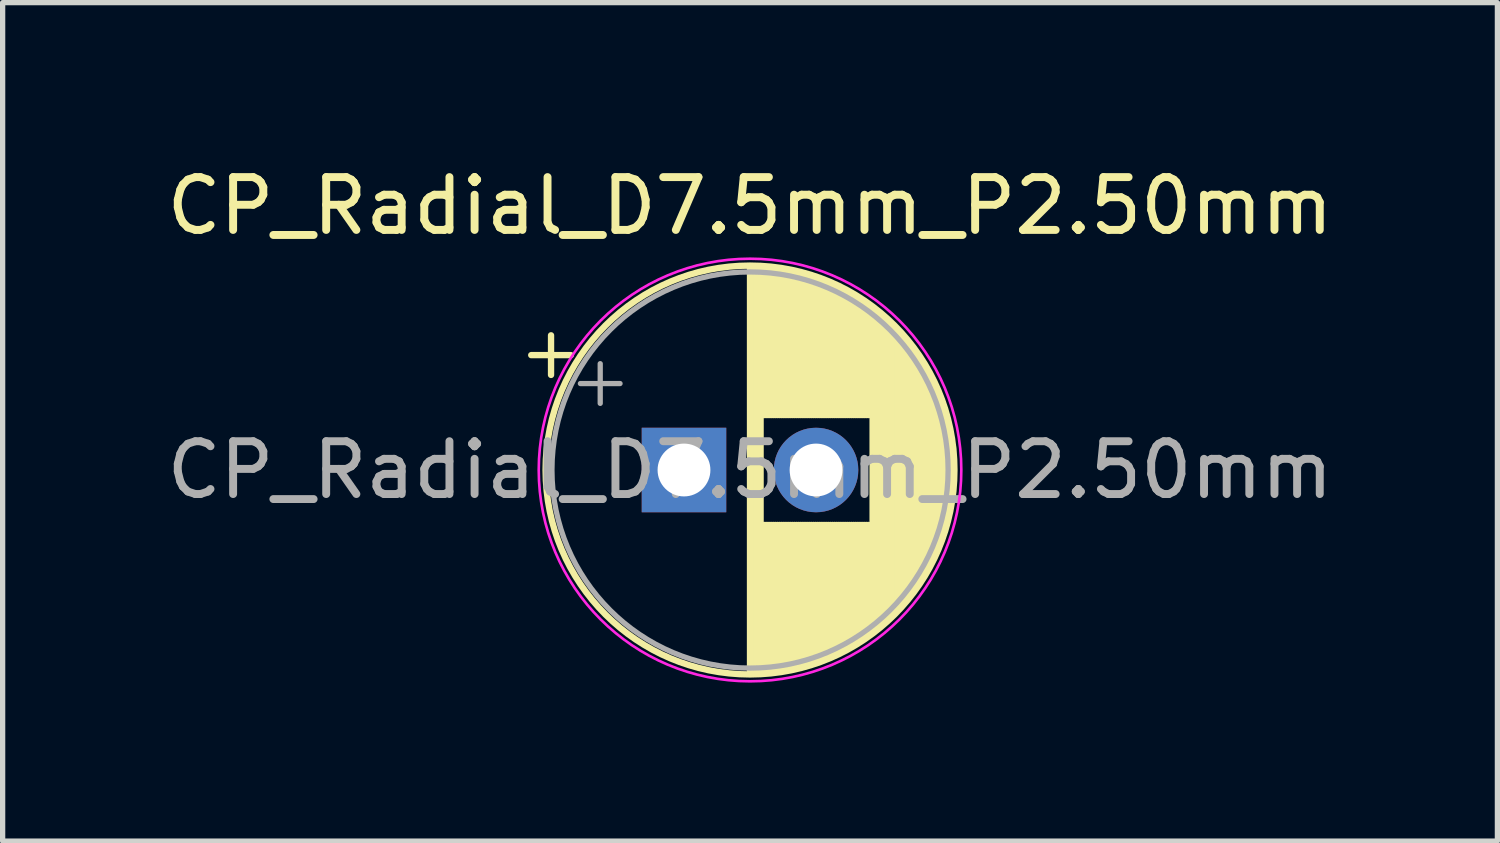
<source format=kicad_pcb>
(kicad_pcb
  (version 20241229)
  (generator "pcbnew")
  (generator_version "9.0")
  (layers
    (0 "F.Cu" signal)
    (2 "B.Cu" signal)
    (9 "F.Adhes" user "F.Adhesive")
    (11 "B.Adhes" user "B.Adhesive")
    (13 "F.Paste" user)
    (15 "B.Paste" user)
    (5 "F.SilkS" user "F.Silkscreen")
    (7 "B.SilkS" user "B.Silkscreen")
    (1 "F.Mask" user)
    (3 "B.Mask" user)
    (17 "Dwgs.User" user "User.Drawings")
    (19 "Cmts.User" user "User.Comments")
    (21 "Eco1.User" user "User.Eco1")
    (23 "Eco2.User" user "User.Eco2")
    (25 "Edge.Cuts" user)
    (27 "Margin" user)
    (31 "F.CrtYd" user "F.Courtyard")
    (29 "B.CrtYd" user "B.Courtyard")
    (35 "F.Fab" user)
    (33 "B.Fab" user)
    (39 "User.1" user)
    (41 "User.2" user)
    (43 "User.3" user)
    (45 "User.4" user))
  (footprint "CP_Radial_D7.5mm_P2.50mm"
    (layer "F.Cu")
    (at 9.899 5.848)
    (property "Reference" "CP_Radial_D7.5mm_P2.50mm" (at 1.25 -5 0) (layer "F.SilkS") (effects (font (size 1 1) (thickness 0.15))))
    (attr through_hole)
    (fp_line (start -2.892 -2.175) (end -2.142 -2.175) (stroke (width 0.12) (type solid)) (layer "F.SilkS"))
    (fp_line (start -2.517 -2.55) (end -2.517 -1.8) (stroke (width 0.12) (type solid)) (layer "F.SilkS"))
    (fp_line (start 1.25 -3.83) (end 1.25 3.83) (stroke (width 0.12) (type solid)) (layer "F.SilkS"))
    (fp_line (start 1.29 -3.83) (end 1.29 3.83) (stroke (width 0.12) (type solid)) (layer "F.SilkS"))
    (fp_line (start 1.33 -3.83) (end 1.33 3.83) (stroke (width 0.12) (type solid)) (layer "F.SilkS"))
    (fp_line (start 1.37 -3.829) (end 1.37 3.829) (stroke (width 0.12) (type solid)) (layer "F.SilkS"))
    (fp_line (start 1.41 -3.827) (end 1.41 3.827) (stroke (width 0.12) (type solid)) (layer "F.SilkS"))
    (fp_line (start 1.45 -3.825) (end 1.45 3.825) (stroke (width 0.12) (type solid)) (layer "F.SilkS"))
    (fp_line (start 1.49 -3.823) (end 1.49 -1.04) (stroke (width 0.12) (type solid)) (layer "F.SilkS"))
    (fp_line (start 1.49 1.04) (end 1.49 3.823) (stroke (width 0.12) (type solid)) (layer "F.SilkS"))
    (fp_line (start 1.53 -3.82) (end 1.53 -1.04) (stroke (width 0.12) (type solid)) (layer "F.SilkS"))
    (fp_line (start 1.53 1.04) (end 1.53 3.82) (stroke (width 0.12) (type solid)) (layer "F.SilkS"))
    (fp_line (start 1.57 -3.817) (end 1.57 -1.04) (stroke (width 0.12) (type solid)) (layer "F.SilkS"))
    (fp_line (start 1.57 1.04) (end 1.57 3.817) (stroke (width 0.12) (type solid)) (layer "F.SilkS"))
    (fp_line (start 1.61 -3.814) (end 1.61 -1.04) (stroke (width 0.12) (type solid)) (layer "F.SilkS"))
    (fp_line (start 1.61 1.04) (end 1.61 3.814) (stroke (width 0.12) (type solid)) (layer "F.SilkS"))
    (fp_line (start 1.65 -3.81) (end 1.65 -1.04) (stroke (width 0.12) (type solid)) (layer "F.SilkS"))
    (fp_line (start 1.65 1.04) (end 1.65 3.81) (stroke (width 0.12) (type solid)) (layer "F.SilkS"))
    (fp_line (start 1.69 -3.805) (end 1.69 -1.04) (stroke (width 0.12) (type solid)) (layer "F.SilkS"))
    (fp_line (start 1.69 1.04) (end 1.69 3.805) (stroke (width 0.12) (type solid)) (layer "F.SilkS"))
    (fp_line (start 1.73 -3.801) (end 1.73 -1.04) (stroke (width 0.12) (type solid)) (layer "F.SilkS"))
    (fp_line (start 1.73 1.04) (end 1.73 3.801) (stroke (width 0.12) (type solid)) (layer "F.SilkS"))
    (fp_line (start 1.77 -3.795) (end 1.77 -1.04) (stroke (width 0.12) (type solid)) (layer "F.SilkS"))
    (fp_line (start 1.77 1.04) (end 1.77 3.795) (stroke (width 0.12) (type solid)) (layer "F.SilkS"))
    (fp_line (start 1.81 -3.79) (end 1.81 -1.04) (stroke (width 0.12) (type solid)) (layer "F.SilkS"))
    (fp_line (start 1.81 1.04) (end 1.81 3.79) (stroke (width 0.12) (type solid)) (layer "F.SilkS"))
    (fp_line (start 1.85 -3.784) (end 1.85 -1.04) (stroke (width 0.12) (type solid)) (layer "F.SilkS"))
    (fp_line (start 1.85 1.04) (end 1.85 3.784) (stroke (width 0.12) (type solid)) (layer "F.SilkS"))
    (fp_line (start 1.89 -3.777) (end 1.89 -1.04) (stroke (width 0.12) (type solid)) (layer "F.SilkS"))
    (fp_line (start 1.89 1.04) (end 1.89 3.777) (stroke (width 0.12) (type solid)) (layer "F.SilkS"))
    (fp_line (start 1.93 -3.77) (end 1.93 -1.04) (stroke (width 0.12) (type solid)) (layer "F.SilkS"))
    (fp_line (start 1.93 1.04) (end 1.93 3.77) (stroke (width 0.12) (type solid)) (layer "F.SilkS"))
    (fp_line (start 1.971 -3.763) (end 1.971 -1.04) (stroke (width 0.12) (type solid)) (layer "F.SilkS"))
    (fp_line (start 1.971 1.04) (end 1.971 3.763) (stroke (width 0.12) (type solid)) (layer "F.SilkS"))
    (fp_line (start 2.011 -3.755) (end 2.011 -1.04) (stroke (width 0.12) (type solid)) (layer "F.SilkS"))
    (fp_line (start 2.011 1.04) (end 2.011 3.755) (stroke (width 0.12) (type solid)) (layer "F.SilkS"))
    (fp_line (start 2.051 -3.747) (end 2.051 -1.04) (stroke (width 0.12) (type solid)) (layer "F.SilkS"))
    (fp_line (start 2.051 1.04) (end 2.051 3.747) (stroke (width 0.12) (type solid)) (layer "F.SilkS"))
    (fp_line (start 2.091 -3.738) (end 2.091 -1.04) (stroke (width 0.12) (type solid)) (layer "F.SilkS"))
    (fp_line (start 2.091 1.04) (end 2.091 3.738) (stroke (width 0.12) (type solid)) (layer "F.SilkS"))
    (fp_line (start 2.131 -3.729) (end 2.131 -1.04) (stroke (width 0.12) (type solid)) (layer "F.SilkS"))
    (fp_line (start 2.131 1.04) (end 2.131 3.729) (stroke (width 0.12) (type solid)) (layer "F.SilkS"))
    (fp_line (start 2.171 -3.72) (end 2.171 -1.04) (stroke (width 0.12) (type solid)) (layer "F.SilkS"))
    (fp_line (start 2.171 1.04) (end 2.171 3.72) (stroke (width 0.12) (type solid)) (layer "F.SilkS"))
    (fp_line (start 2.211 -3.71) (end 2.211 -1.04) (stroke (width 0.12) (type solid)) (layer "F.SilkS"))
    (fp_line (start 2.211 1.04) (end 2.211 3.71) (stroke (width 0.12) (type solid)) (layer "F.SilkS"))
    (fp_line (start 2.251 -3.699) (end 2.251 -1.04) (stroke (width 0.12) (type solid)) (layer "F.SilkS"))
    (fp_line (start 2.251 1.04) (end 2.251 3.699) (stroke (width 0.12) (type solid)) (layer "F.SilkS"))
    (fp_line (start 2.291 -3.688) (end 2.291 -1.04) (stroke (width 0.12) (type solid)) (layer "F.SilkS"))
    (fp_line (start 2.291 1.04) (end 2.291 3.688) (stroke (width 0.12) (type solid)) (layer "F.SilkS"))
    (fp_line (start 2.331 -3.677) (end 2.331 -1.04) (stroke (width 0.12) (type solid)) (layer "F.SilkS"))
    (fp_line (start 2.331 1.04) (end 2.331 3.677) (stroke (width 0.12) (type solid)) (layer "F.SilkS"))
    (fp_line (start 2.371 -3.665) (end 2.371 -1.04) (stroke (width 0.12) (type solid)) (layer "F.SilkS"))
    (fp_line (start 2.371 1.04) (end 2.371 3.665) (stroke (width 0.12) (type solid)) (layer "F.SilkS"))
    (fp_line (start 2.411 -3.653) (end 2.411 -1.04) (stroke (width 0.12) (type solid)) (layer "F.SilkS"))
    (fp_line (start 2.411 1.04) (end 2.411 3.653) (stroke (width 0.12) (type solid)) (layer "F.SilkS"))
    (fp_line (start 2.451 -3.64) (end 2.451 -1.04) (stroke (width 0.12) (type solid)) (layer "F.SilkS"))
    (fp_line (start 2.451 1.04) (end 2.451 3.64) (stroke (width 0.12) (type solid)) (layer "F.SilkS"))
    (fp_line (start 2.491 -3.626) (end 2.491 -1.04) (stroke (width 0.12) (type solid)) (layer "F.SilkS"))
    (fp_line (start 2.491 1.04) (end 2.491 3.626) (stroke (width 0.12) (type solid)) (layer "F.SilkS"))
    (fp_line (start 2.531 -3.613) (end 2.531 -1.04) (stroke (width 0.12) (type solid)) (layer "F.SilkS"))
    (fp_line (start 2.531 1.04) (end 2.531 3.613) (stroke (width 0.12) (type solid)) (layer "F.SilkS"))
    (fp_line (start 2.571 -3.598) (end 2.571 -1.04) (stroke (width 0.12) (type solid)) (layer "F.SilkS"))
    (fp_line (start 2.571 1.04) (end 2.571 3.598) (stroke (width 0.12) (type solid)) (layer "F.SilkS"))
    (fp_line (start 2.611 -3.584) (end 2.611 -1.04) (stroke (width 0.12) (type solid)) (layer "F.SilkS"))
    (fp_line (start 2.611 1.04) (end 2.611 3.584) (stroke (width 0.12) (type solid)) (layer "F.SilkS"))
    (fp_line (start 2.651 -3.568) (end 2.651 -1.04) (stroke (width 0.12) (type solid)) (layer "F.SilkS"))
    (fp_line (start 2.651 1.04) (end 2.651 3.568) (stroke (width 0.12) (type solid)) (layer "F.SilkS"))
    (fp_line (start 2.691 -3.553) (end 2.691 -1.04) (stroke (width 0.12) (type solid)) (layer "F.SilkS"))
    (fp_line (start 2.691 1.04) (end 2.691 3.553) (stroke (width 0.12) (type solid)) (layer "F.SilkS"))
    (fp_line (start 2.731 -3.536) (end 2.731 -1.04) (stroke (width 0.12) (type solid)) (layer "F.SilkS"))
    (fp_line (start 2.731 1.04) (end 2.731 3.536) (stroke (width 0.12) (type solid)) (layer "F.SilkS"))
    (fp_line (start 2.771 -3.52) (end 2.771 -1.04) (stroke (width 0.12) (type solid)) (layer "F.SilkS"))
    (fp_line (start 2.771 1.04) (end 2.771 3.52) (stroke (width 0.12) (type solid)) (layer "F.SilkS"))
    (fp_line (start 2.811 -3.502) (end 2.811 -1.04) (stroke (width 0.12) (type solid)) (layer "F.SilkS"))
    (fp_line (start 2.811 1.04) (end 2.811 3.502) (stroke (width 0.12) (type solid)) (layer "F.SilkS"))
    (fp_line (start 2.851 -3.484) (end 2.851 -1.04) (stroke (width 0.12) (type solid)) (layer "F.SilkS"))
    (fp_line (start 2.851 1.04) (end 2.851 3.484) (stroke (width 0.12) (type solid)) (layer "F.SilkS"))
    (fp_line (start 2.891 -3.466) (end 2.891 -1.04) (stroke (width 0.12) (type solid)) (layer "F.SilkS"))
    (fp_line (start 2.891 1.04) (end 2.891 3.466) (stroke (width 0.12) (type solid)) (layer "F.SilkS"))
    (fp_line (start 2.931 -3.447) (end 2.931 -1.04) (stroke (width 0.12) (type solid)) (layer "F.SilkS"))
    (fp_line (start 2.931 1.04) (end 2.931 3.447) (stroke (width 0.12) (type solid)) (layer "F.SilkS"))
    (fp_line (start 2.971 -3.427) (end 2.971 -1.04) (stroke (width 0.12) (type solid)) (layer "F.SilkS"))
    (fp_line (start 2.971 1.04) (end 2.971 3.427) (stroke (width 0.12) (type solid)) (layer "F.SilkS"))
    (fp_line (start 3.011 -3.407) (end 3.011 -1.04) (stroke (width 0.12) (type solid)) (layer "F.SilkS"))
    (fp_line (start 3.011 1.04) (end 3.011 3.407) (stroke (width 0.12) (type solid)) (layer "F.SilkS"))
    (fp_line (start 3.051 -3.386) (end 3.051 -1.04) (stroke (width 0.12) (type solid)) (layer "F.SilkS"))
    (fp_line (start 3.051 1.04) (end 3.051 3.386) (stroke (width 0.12) (type solid)) (layer "F.SilkS"))
    (fp_line (start 3.091 -3.365) (end 3.091 -1.04) (stroke (width 0.12) (type solid)) (layer "F.SilkS"))
    (fp_line (start 3.091 1.04) (end 3.091 3.365) (stroke (width 0.12) (type solid)) (layer "F.SilkS"))
    (fp_line (start 3.131 -3.343) (end 3.131 -1.04) (stroke (width 0.12) (type solid)) (layer "F.SilkS"))
    (fp_line (start 3.131 1.04) (end 3.131 3.343) (stroke (width 0.12) (type solid)) (layer "F.SilkS"))
    (fp_line (start 3.171 -3.321) (end 3.171 -1.04) (stroke (width 0.12) (type solid)) (layer "F.SilkS"))
    (fp_line (start 3.171 1.04) (end 3.171 3.321) (stroke (width 0.12) (type solid)) (layer "F.SilkS"))
    (fp_line (start 3.211 -3.297) (end 3.211 -1.04) (stroke (width 0.12) (type solid)) (layer "F.SilkS"))
    (fp_line (start 3.211 1.04) (end 3.211 3.297) (stroke (width 0.12) (type solid)) (layer "F.SilkS"))
    (fp_line (start 3.251 -3.274) (end 3.251 -1.04) (stroke (width 0.12) (type solid)) (layer "F.SilkS"))
    (fp_line (start 3.251 1.04) (end 3.251 3.274) (stroke (width 0.12) (type solid)) (layer "F.SilkS"))
    (fp_line (start 3.291 -3.249) (end 3.291 -1.04) (stroke (width 0.12) (type solid)) (layer "F.SilkS"))
    (fp_line (start 3.291 1.04) (end 3.291 3.249) (stroke (width 0.12) (type solid)) (layer "F.SilkS"))
    (fp_line (start 3.331 -3.224) (end 3.331 -1.04) (stroke (width 0.12) (type solid)) (layer "F.SilkS"))
    (fp_line (start 3.331 1.04) (end 3.331 3.224) (stroke (width 0.12) (type solid)) (layer "F.SilkS"))
    (fp_line (start 3.371 -3.198) (end 3.371 -1.04) (stroke (width 0.12) (type solid)) (layer "F.SilkS"))
    (fp_line (start 3.371 1.04) (end 3.371 3.198) (stroke (width 0.12) (type solid)) (layer "F.SilkS"))
    (fp_line (start 3.411 -3.172) (end 3.411 -1.04) (stroke (width 0.12) (type solid)) (layer "F.SilkS"))
    (fp_line (start 3.411 1.04) (end 3.411 3.172) (stroke (width 0.12) (type solid)) (layer "F.SilkS"))
    (fp_line (start 3.451 -3.144) (end 3.451 -1.04) (stroke (width 0.12) (type solid)) (layer "F.SilkS"))
    (fp_line (start 3.451 1.04) (end 3.451 3.144) (stroke (width 0.12) (type solid)) (layer "F.SilkS"))
    (fp_line (start 3.491 -3.116) (end 3.491 -1.04) (stroke (width 0.12) (type solid)) (layer "F.SilkS"))
    (fp_line (start 3.491 1.04) (end 3.491 3.116) (stroke (width 0.12) (type solid)) (layer "F.SilkS"))
    (fp_line (start 3.531 -3.088) (end 3.531 -1.04) (stroke (width 0.12) (type solid)) (layer "F.SilkS"))
    (fp_line (start 3.531 1.04) (end 3.531 3.088) (stroke (width 0.12) (type solid)) (layer "F.SilkS"))
    (fp_line (start 3.571 -3.058) (end 3.571 3.058) (stroke (width 0.12) (type solid)) (layer "F.SilkS"))
    (fp_line (start 3.611 -3.028) (end 3.611 3.028) (stroke (width 0.12) (type solid)) (layer "F.SilkS"))
    (fp_line (start 3.651 -2.996) (end 3.651 2.996) (stroke (width 0.12) (type solid)) (layer "F.SilkS"))
    (fp_line (start 3.691 -2.964) (end 3.691 2.964) (stroke (width 0.12) (type solid)) (layer "F.SilkS"))
    (fp_line (start 3.731 -2.931) (end 3.731 2.931) (stroke (width 0.12) (type solid)) (layer "F.SilkS"))
    (fp_line (start 3.771 -2.898) (end 3.771 2.898) (stroke (width 0.12) (type solid)) (layer "F.SilkS"))
    (fp_line (start 3.811 -2.863) (end 3.811 2.863) (stroke (width 0.12) (type solid)) (layer "F.SilkS"))
    (fp_line (start 3.851 -2.827) (end 3.851 2.827) (stroke (width 0.12) (type solid)) (layer "F.SilkS"))
    (fp_line (start 3.891 -2.79) (end 3.891 2.79) (stroke (width 0.12) (type solid)) (layer "F.SilkS"))
    (fp_line (start 3.931 -2.752) (end 3.931 2.752) (stroke (width 0.12) (type solid)) (layer "F.SilkS"))
    (fp_line (start 3.971 -2.713) (end 3.971 2.713) (stroke (width 0.12) (type solid)) (layer "F.SilkS"))
    (fp_line (start 4.011 -2.673) (end 4.011 2.673) (stroke (width 0.12) (type solid)) (layer "F.SilkS"))
    (fp_line (start 4.051 -2.632) (end 4.051 2.632) (stroke (width 0.12) (type solid)) (layer "F.SilkS"))
    (fp_line (start 4.091 -2.589) (end 4.091 2.589) (stroke (width 0.12) (type solid)) (layer "F.SilkS"))
    (fp_line (start 4.131 -2.546) (end 4.131 2.546) (stroke (width 0.12) (type solid)) (layer "F.SilkS"))
    (fp_line (start 4.171 -2.5) (end 4.171 2.5) (stroke (width 0.12) (type solid)) (layer "F.SilkS"))
    (fp_line (start 4.211 -2.454) (end 4.211 2.454) (stroke (width 0.12) (type solid)) (layer "F.SilkS"))
    (fp_line (start 4.251 -2.405) (end 4.251 2.405) (stroke (width 0.12) (type solid)) (layer "F.SilkS"))
    (fp_line (start 4.291 -2.355) (end 4.291 2.355) (stroke (width 0.12) (type solid)) (layer "F.SilkS"))
    (fp_line (start 4.331 -2.304) (end 4.331 2.304) (stroke (width 0.12) (type solid)) (layer "F.SilkS"))
    (fp_line (start 4.371 -2.25) (end 4.371 2.25) (stroke (width 0.12) (type solid)) (layer "F.SilkS"))
    (fp_line (start 4.411 -2.195) (end 4.411 2.195) (stroke (width 0.12) (type solid)) (layer "F.SilkS"))
    (fp_line (start 4.451 -2.137) (end 4.451 2.137) (stroke (width 0.12) (type solid)) (layer "F.SilkS"))
    (fp_line (start 4.491 -2.077) (end 4.491 2.077) (stroke (width 0.12) (type solid)) (layer "F.SilkS"))
    (fp_line (start 4.531 -2.014) (end 4.531 2.014) (stroke (width 0.12) (type solid)) (layer "F.SilkS"))
    (fp_line (start 4.571 -1.949) (end 4.571 1.949) (stroke (width 0.12) (type solid)) (layer "F.SilkS"))
    (fp_line (start 4.611 -1.881) (end 4.611 1.881) (stroke (width 0.12) (type solid)) (layer "F.SilkS"))
    (fp_line (start 4.651 -1.809) (end 4.651 1.809) (stroke (width 0.12) (type solid)) (layer "F.SilkS"))
    (fp_line (start 4.691 -1.733) (end 4.691 1.733) (stroke (width 0.12) (type solid)) (layer "F.SilkS"))
    (fp_line (start 4.731 -1.654) (end 4.731 1.654) (stroke (width 0.12) (type solid)) (layer "F.SilkS"))
    (fp_line (start 4.771 -1.569) (end 4.771 1.569) (stroke (width 0.12) (type solid)) (layer "F.SilkS"))
    (fp_line (start 4.811 -1.478) (end 4.811 1.478) (stroke (width 0.12) (type solid)) (layer "F.SilkS"))
    (fp_line (start 4.851 -1.381) (end 4.851 1.381) (stroke (width 0.12) (type solid)) (layer "F.SilkS"))
    (fp_line (start 4.891 -1.275) (end 4.891 1.275) (stroke (width 0.12) (type solid)) (layer "F.SilkS"))
    (fp_line (start 4.931 -1.158) (end 4.931 1.158) (stroke (width 0.12) (type solid)) (layer "F.SilkS"))
    (fp_line (start 4.971 -1.028) (end 4.971 1.028) (stroke (width 0.12) (type solid)) (layer "F.SilkS"))
    (fp_line (start 5.011 -0.877) (end 5.011 0.877) (stroke (width 0.12) (type solid)) (layer "F.SilkS"))
    (fp_line (start 5.051 -0.693) (end 5.051 0.693) (stroke (width 0.12) (type solid)) (layer "F.SilkS"))
    (fp_line (start 5.091 -0.441) (end 5.091 0.441) (stroke (width 0.12) (type solid)) (layer "F.SilkS"))
    (fp_circle (center 1.25 0) (end 5.12 0) (stroke (width 0.12) (type solid)) (fill no) (layer "F.SilkS"))
    (fp_circle (center 1.25 0) (end 5.25 0) (stroke (width 0.05) (type solid)) (fill no) (layer "F.CrtYd"))
    (fp_line (start -1.961 -1.637) (end -1.211 -1.637) (stroke (width 0.1) (type solid)) (layer "F.Fab"))
    (fp_line (start -1.586 -2.013) (end -1.586 -1.262) (stroke (width 0.1) (type solid)) (layer "F.Fab"))
    (fp_circle (center 1.25 0) (end 5 0) (stroke (width 0.1) (type solid)) (fill no) (layer "F.Fab"))
    (fp_text user "${REFERENCE}" (at 1.25 0 0) (layer "F.Fab") (effects (font (size 1 1) (thickness 0.15))))
    (pad "1" thru_hole rect (at 0 0) (size 1.6 1.6) (drill 1) (layers "*.Cu" "*.Mask"))
    (pad "2" thru_hole circle (at 2.5 0) (size 1.6 1.6) (drill 1) (layers "*.Cu" "*.Mask")))
  (gr_rect
    (start -3 -3)
    (end 25.298 12.873)
    (stroke (width 0.1) (type default))
    (fill no)
    (layer "Edge.Cuts")))
</source>
